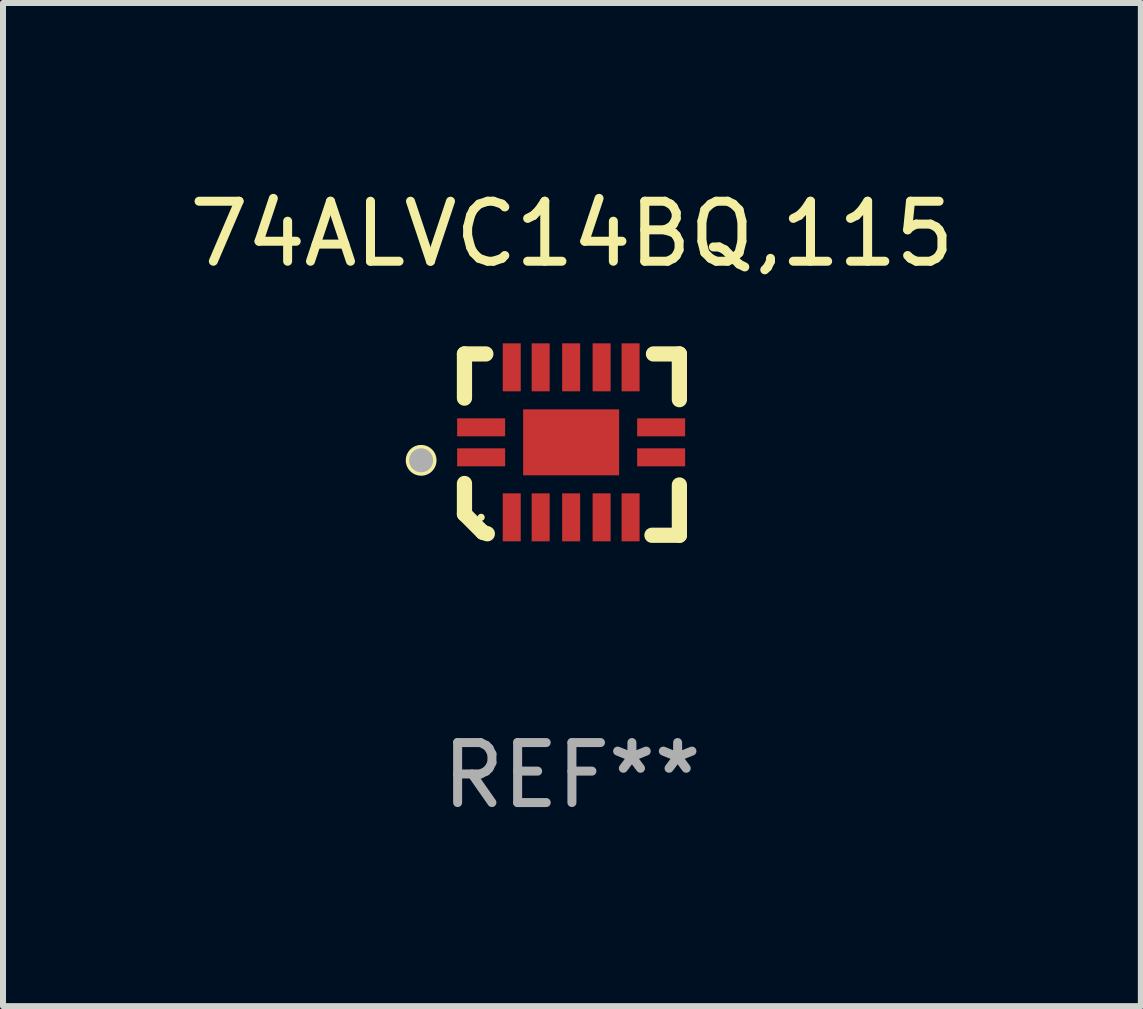
<source format=kicad_pcb>
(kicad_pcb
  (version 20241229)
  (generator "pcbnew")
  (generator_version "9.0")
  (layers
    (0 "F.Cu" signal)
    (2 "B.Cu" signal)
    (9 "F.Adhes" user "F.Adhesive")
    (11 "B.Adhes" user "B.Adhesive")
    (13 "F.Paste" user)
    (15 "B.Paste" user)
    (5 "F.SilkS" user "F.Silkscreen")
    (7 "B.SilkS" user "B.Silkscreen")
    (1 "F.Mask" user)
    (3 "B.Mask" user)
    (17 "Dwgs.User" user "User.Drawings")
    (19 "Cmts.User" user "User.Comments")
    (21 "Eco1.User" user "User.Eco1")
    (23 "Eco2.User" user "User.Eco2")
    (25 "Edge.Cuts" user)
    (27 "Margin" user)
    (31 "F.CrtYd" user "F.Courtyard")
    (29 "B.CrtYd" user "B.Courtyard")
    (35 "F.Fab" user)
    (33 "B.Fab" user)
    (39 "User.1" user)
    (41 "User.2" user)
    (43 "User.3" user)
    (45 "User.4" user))
  (footprint "74ALVC14BQ,115"
    (layer "F.Cu")
    (at 6.482 4.36)
    (property "Reference" "74ALVC14BQ,115" (at 0 -3.511 0) (layer "F.SilkS") (effects (font (size 1 1) (thickness 0.15))))
    (attr through_hole)
    (fp_line (start -1.791 -1.511) (end -1.435 -1.511) (stroke (width 0.254) (type solid)) (layer "F.SilkS"))
    (fp_line (start -1.791 -0.775) (end -1.791 -1.511) (stroke (width 0.254) (type solid)) (layer "F.SilkS"))
    (fp_line (start -1.791 1.156) (end -1.791 0.648) (stroke (width 0.254) (type solid)) (layer "F.SilkS"))
    (fp_line (start -1.486 1.461) (end -1.791 1.156) (stroke (width 0.254) (type solid)) (layer "F.SilkS"))
    (fp_line (start -1.41 1.486) (end -1.486 1.461) (stroke (width 0.254) (type solid)) (layer "F.SilkS"))
    (fp_line (start 1.334 1.511) (end 1.791 1.511) (stroke (width 0.254) (type solid)) (layer "F.SilkS"))
    (fp_line (start 1.791 -1.511) (end 1.359 -1.511) (stroke (width 0.254) (type solid)) (layer "F.SilkS"))
    (fp_line (start 1.791 -0.749) (end 1.791 -1.511) (stroke (width 0.254) (type solid)) (layer "F.SilkS"))
    (fp_line (start 1.791 1.511) (end 1.791 0.673) (stroke (width 0.254) (type solid)) (layer "F.SilkS"))
    (fp_circle (center -2.513 0.262) (end -2.383 0.262) (stroke (width 0.254) (type solid)) (fill no) (layer "F.SilkS"))
    (fp_circle (center -1.513 1.212) (end -1.483 1.212) (stroke (width 0.06) (type solid)) (fill no) (layer "F.SilkS"))
    (fp_circle (center -2.513 0.262) (end -2.413 0.262) (stroke (width 0.2) (type solid)) (fill no) (layer "F.Fab"))
    (fp_text user "REF**" (at 0 5.511 0) (layer "F.Fab") (effects (font (size 1 1) (thickness 0.15))))
    (pad "1" smd rect (at -1.513 0.212) (size 0.8 0.3) (layers "F.Cu" "F.Mask" "F.Paste"))
    (pad "2" smd rect (at -1.003 1.212) (size 0.3 0.8) (layers "F.Cu" "F.Mask" "F.Paste"))
    (pad "3" smd rect (at -0.521 1.212) (size 0.3 0.8) (layers "F.Cu" "F.Mask" "F.Paste"))
    (pad "4" smd rect (at -0.013 1.212) (size 0.3 0.8) (layers "F.Cu" "F.Mask" "F.Paste"))
    (pad "5" smd rect (at 0.495 1.212) (size 0.3 0.8) (layers "F.Cu" "F.Mask" "F.Paste"))
    (pad "6" smd rect (at 0.978 1.212) (size 0.3 0.8) (layers "F.Cu" "F.Mask" "F.Paste"))
    (pad "7" smd rect (at 1.487 0.212) (size 0.8 0.3) (layers "F.Cu" "F.Mask" "F.Paste"))
    (pad "8" smd rect (at 1.487 -0.288) (size 0.8 0.3) (layers "F.Cu" "F.Mask" "F.Paste"))
    (pad "9" smd rect (at 0.978 -1.288) (size 0.3 0.8) (layers "F.Cu" "F.Mask" "F.Paste"))
    (pad "10" smd rect (at 0.495 -1.288) (size 0.3 0.8) (layers "F.Cu" "F.Mask" "F.Paste"))
    (pad "11" smd rect (at -0.013 -1.288) (size 0.3 0.8) (layers "F.Cu" "F.Mask" "F.Paste"))
    (pad "12" smd rect (at -0.521 -1.288) (size 0.3 0.8) (layers "F.Cu" "F.Mask" "F.Paste"))
    (pad "13" smd rect (at -1.003 -1.288) (size 0.3 0.8) (layers "F.Cu" "F.Mask" "F.Paste"))
    (pad "14" smd rect (at -1.513 -0.288) (size 0.8 0.3) (layers "F.Cu" "F.Mask" "F.Paste"))
    (pad "15" smd rect (at -0.013 -0.038 90) (size 1.1 1.6) (layers "F.Cu" "F.Mask" "F.Paste")))
  (gr_rect
    (start -3 -3)
    (end 15.964 13.719)
    (stroke (width 0.1) (type default))
    (fill no)
    (layer "Edge.Cuts")))
</source>
